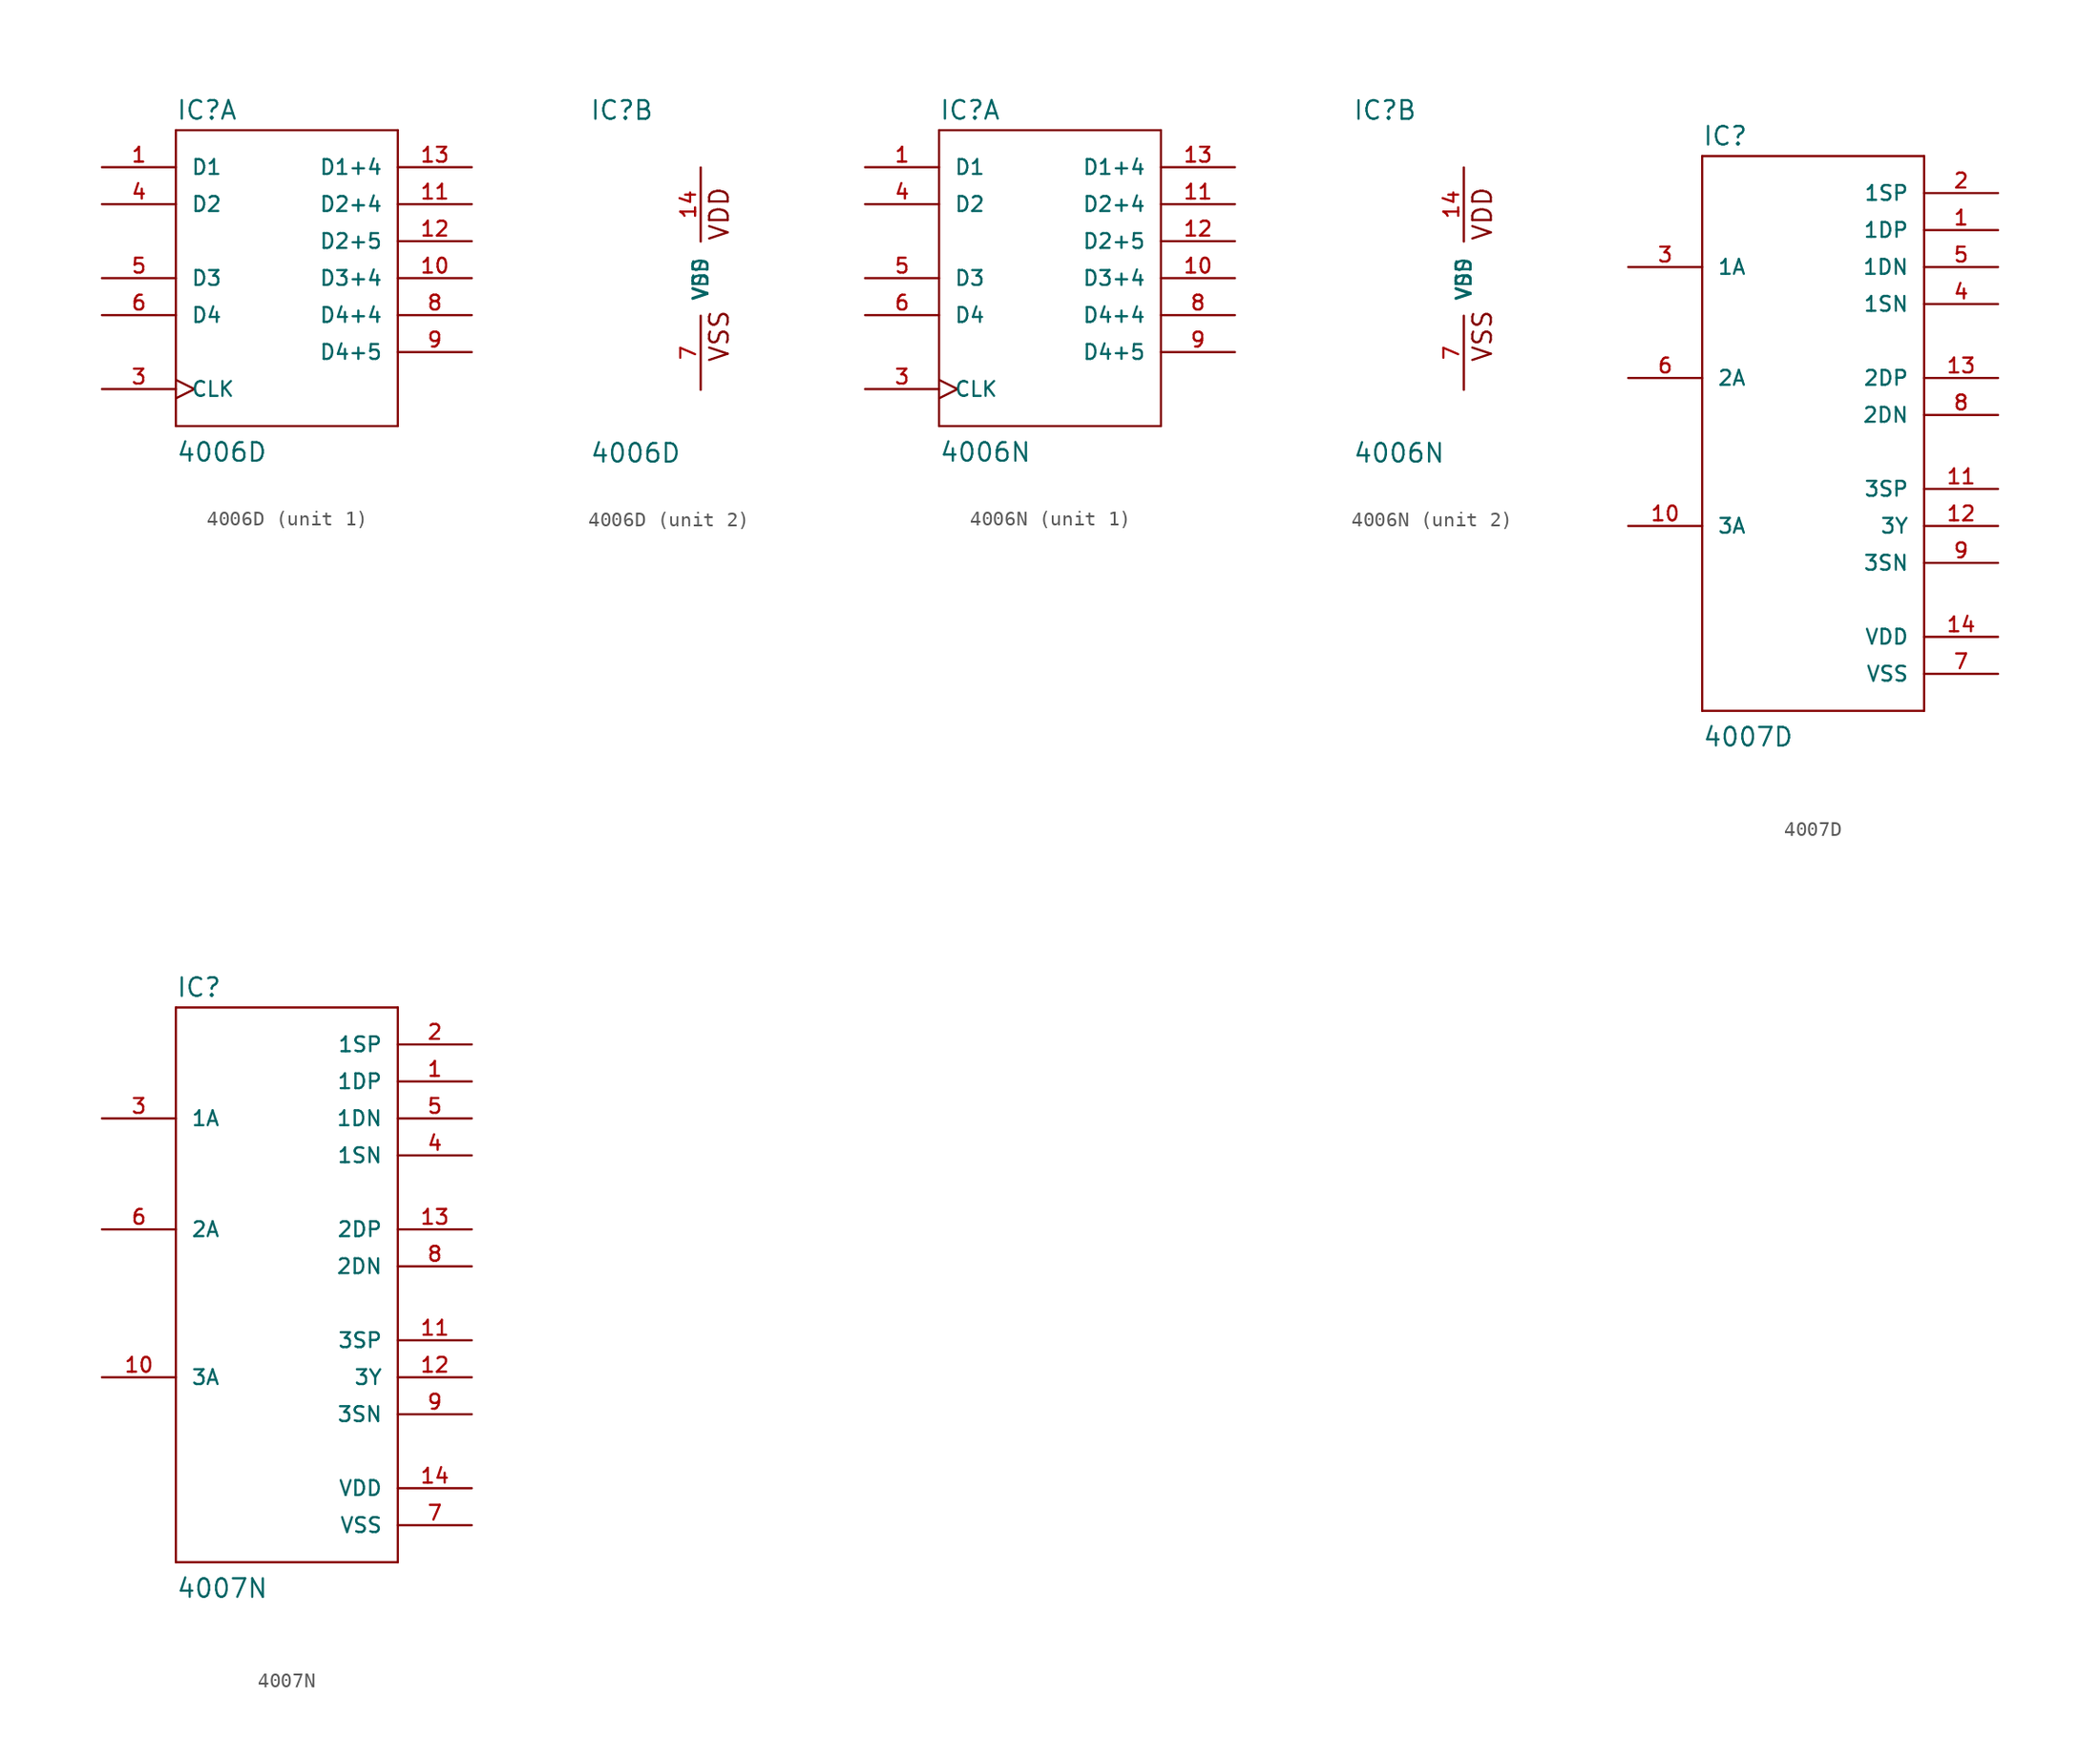
<source format=kicad_sym>
(kicad_symbol_lib
  (version 20211014)
  (generator kicad_symbol_editor)
  (symbol "4006D"
    (pin_names
      (offset 1.016))
    (property "Reference" "IC"
      (at -7.62 10.795 0)
      (effects (font (size 1.27 1.27)) (justify left bottom)))
    (property "Value" "4006D"
      (at -7.62 -12.7 0)
      (effects (font (size 1.27 1.27)) (justify left bottom)))
    (property "ki_locked" ""
      (at 0 0 0)
      (effects (font (size 1.27 1.27))))
    (symbol "4006D_1_0"
      (polyline (pts (xy -7.62 -10.16) (xy 7.62 -10.16)) (stroke (width 0) (type default) (color 0 0 0 0)) (fill (type none)))
      (polyline (pts (xy -7.62 10.16) (xy -7.62 -10.16)) (stroke (width 0) (type default) (color 0 0 0 0)) (fill (type none)))
      (polyline (pts (xy 7.62 -10.16) (xy 7.62 10.16)) (stroke (width 0) (type default) (color 0 0 0 0)) (fill (type none)))
      (polyline (pts (xy 7.62 10.16) (xy -7.62 10.16)) (stroke (width 0) (type default) (color 0 0 0 0)) (fill (type none))))
    (symbol "4006D_1_1"
      (pin input line (at -12.7 7.62 0) (length 5.08) (name "D1" (effects (font (size 1.016 1.016)))) (number "1" (effects (font (size 1.016 1.016)))))
      (pin output line (at 12.7 0 180) (length 5.08) (name "D3+4" (effects (font (size 1.016 1.016)))) (number "10" (effects (font (size 1.016 1.016)))))
      (pin output line (at 12.7 5.08 180) (length 5.08) (name "D2+4" (effects (font (size 1.016 1.016)))) (number "11" (effects (font (size 1.016 1.016)))))
      (pin output line (at 12.7 2.54 180) (length 5.08) (name "D2+5" (effects (font (size 1.016 1.016)))) (number "12" (effects (font (size 1.016 1.016)))))
      (pin output line (at 12.7 7.62 180) (length 5.08) (name "D1+4" (effects (font (size 1.016 1.016)))) (number "13" (effects (font (size 1.016 1.016)))))
      (pin input clock (at -12.7 -7.62 0) (length 5.08) (name "CLK" (effects (font (size 1.016 1.016)))) (number "3" (effects (font (size 1.016 1.016)))))
      (pin input line (at -12.7 5.08 0) (length 5.08) (name "D2" (effects (font (size 1.016 1.016)))) (number "4" (effects (font (size 1.016 1.016)))))
      (pin input line (at -12.7 0 0) (length 5.08) (name "D3" (effects (font (size 1.016 1.016)))) (number "5" (effects (font (size 1.016 1.016)))))
      (pin input line (at -12.7 -2.54 0) (length 5.08) (name "D4" (effects (font (size 1.016 1.016)))) (number "6" (effects (font (size 1.016 1.016)))))
      (pin output line (at 12.7 -2.54 180) (length 5.08) (name "D4+4" (effects (font (size 1.016 1.016)))) (number "8" (effects (font (size 1.016 1.016)))))
      (pin output line (at 12.7 -5.08 180) (length 5.08) (name "D4+5" (effects (font (size 1.016 1.016)))) (number "9" (effects (font (size 1.016 1.016))))))
    (symbol "4006D_2_0"
      (text "VDD" (at 1.27 4.445 1) (effects (font (size 1.27 1.27))))
      (text "VSS" (at 1.27 -3.937 1) (effects (font (size 1.27 1.27)))))
    (symbol "4006D_2_1"
      (pin power_in line (at 0 7.62 270) (length 5.08) (name "VDD" (effects (font (size 1.016 1.016)))) (number "14" (effects (font (size 1.016 1.016)))))
      (pin power_in line (at 0 -7.62 90) (length 5.08) (name "VSS" (effects (font (size 1.016 1.016)))) (number "7" (effects (font (size 1.016 1.016)))))))
  (symbol "4006N"
    (pin_names
      (offset 1.016))
    (property "Reference" "IC"
      (at -7.62 10.795 0)
      (effects (font (size 1.27 1.27)) (justify left bottom)))
    (property "Value" "4006N"
      (at -7.62 -12.7 0)
      (effects (font (size 1.27 1.27)) (justify left bottom)))
    (property "ki_locked" ""
      (at 0 0 0)
      (effects (font (size 1.27 1.27))))
    (symbol "4006N_1_0"
      (polyline (pts (xy -7.62 -10.16) (xy 7.62 -10.16)) (stroke (width 0) (type default) (color 0 0 0 0)) (fill (type none)))
      (polyline (pts (xy -7.62 10.16) (xy -7.62 -10.16)) (stroke (width 0) (type default) (color 0 0 0 0)) (fill (type none)))
      (polyline (pts (xy 7.62 -10.16) (xy 7.62 10.16)) (stroke (width 0) (type default) (color 0 0 0 0)) (fill (type none)))
      (polyline (pts (xy 7.62 10.16) (xy -7.62 10.16)) (stroke (width 0) (type default) (color 0 0 0 0)) (fill (type none))))
    (symbol "4006N_1_1"
      (pin input line (at -12.7 7.62 0) (length 5.08) (name "D1" (effects (font (size 1.016 1.016)))) (number "1" (effects (font (size 1.016 1.016)))))
      (pin output line (at 12.7 0 180) (length 5.08) (name "D3+4" (effects (font (size 1.016 1.016)))) (number "10" (effects (font (size 1.016 1.016)))))
      (pin output line (at 12.7 5.08 180) (length 5.08) (name "D2+4" (effects (font (size 1.016 1.016)))) (number "11" (effects (font (size 1.016 1.016)))))
      (pin output line (at 12.7 2.54 180) (length 5.08) (name "D2+5" (effects (font (size 1.016 1.016)))) (number "12" (effects (font (size 1.016 1.016)))))
      (pin output line (at 12.7 7.62 180) (length 5.08) (name "D1+4" (effects (font (size 1.016 1.016)))) (number "13" (effects (font (size 1.016 1.016)))))
      (pin input clock (at -12.7 -7.62 0) (length 5.08) (name "CLK" (effects (font (size 1.016 1.016)))) (number "3" (effects (font (size 1.016 1.016)))))
      (pin input line (at -12.7 5.08 0) (length 5.08) (name "D2" (effects (font (size 1.016 1.016)))) (number "4" (effects (font (size 1.016 1.016)))))
      (pin input line (at -12.7 0 0) (length 5.08) (name "D3" (effects (font (size 1.016 1.016)))) (number "5" (effects (font (size 1.016 1.016)))))
      (pin input line (at -12.7 -2.54 0) (length 5.08) (name "D4" (effects (font (size 1.016 1.016)))) (number "6" (effects (font (size 1.016 1.016)))))
      (pin output line (at 12.7 -2.54 180) (length 5.08) (name "D4+4" (effects (font (size 1.016 1.016)))) (number "8" (effects (font (size 1.016 1.016)))))
      (pin output line (at 12.7 -5.08 180) (length 5.08) (name "D4+5" (effects (font (size 1.016 1.016)))) (number "9" (effects (font (size 1.016 1.016))))))
    (symbol "4006N_2_0"
      (text "VDD" (at 1.27 4.445 1) (effects (font (size 1.27 1.27))))
      (text "VSS" (at 1.27 -3.937 1) (effects (font (size 1.27 1.27)))))
    (symbol "4006N_2_1"
      (pin power_in line (at 0 7.62 270) (length 5.08) (name "VDD" (effects (font (size 1.016 1.016)))) (number "14" (effects (font (size 1.016 1.016)))))
      (pin power_in line (at 0 -7.62 90) (length 5.08) (name "VSS" (effects (font (size 1.016 1.016)))) (number "7" (effects (font (size 1.016 1.016)))))))
  (symbol "4007D"
    (pin_names
      (offset 1.016))
    (property "Reference" "IC"
      (at -7.62 18.415 0)
      (effects (font (size 1.27 1.27)) (justify left bottom)))
    (property "Value" "4007D"
      (at -7.62 -22.86 0)
      (effects (font (size 1.27 1.27)) (justify left bottom)))
    (property "ki_locked" ""
      (at 0 0 0)
      (effects (font (size 1.27 1.27))))
    (symbol "4007D_1_0"
      (polyline (pts (xy -7.62 -20.32) (xy 7.62 -20.32)) (stroke (width 0) (type default) (color 0 0 0 0)) (fill (type none)))
      (polyline (pts (xy -7.62 17.78) (xy -7.62 -20.32)) (stroke (width 0) (type default) (color 0 0 0 0)) (fill (type none)))
      (polyline (pts (xy 7.62 -20.32) (xy 7.62 17.78)) (stroke (width 0) (type default) (color 0 0 0 0)) (fill (type none)))
      (polyline (pts (xy 7.62 17.78) (xy -7.62 17.78)) (stroke (width 0) (type default) (color 0 0 0 0)) (fill (type none))))
    (symbol "4007D_1_1"
      (pin open_collector line (at 12.7 12.7 180) (length 5.08) (name "1DP" (effects (font (size 1.016 1.016)))) (number "1" (effects (font (size 1.016 1.016)))))
      (pin input line (at -12.7 -7.62 0) (length 5.08) (name "3A" (effects (font (size 1.016 1.016)))) (number "10" (effects (font (size 1.016 1.016)))))
      (pin bidirectional line (at 12.7 -5.08 180) (length 5.08) (name "3SP" (effects (font (size 1.016 1.016)))) (number "11" (effects (font (size 1.016 1.016)))))
      (pin bidirectional line (at 12.7 -7.62 180) (length 5.08) (name "3Y" (effects (font (size 1.016 1.016)))) (number "12" (effects (font (size 1.016 1.016)))))
      (pin bidirectional line (at 12.7 2.54 180) (length 5.08) (name "2DP" (effects (font (size 1.016 1.016)))) (number "13" (effects (font (size 1.016 1.016)))))
      (pin input line (at 12.7 -15.24 180) (length 5.08) (name "VDD" (effects (font (size 1.016 1.016)))) (number "14" (effects (font (size 1.016 1.016)))))
      (pin open_collector line (at 12.7 15.24 180) (length 5.08) (name "1SP" (effects (font (size 1.016 1.016)))) (number "2" (effects (font (size 1.016 1.016)))))
      (pin input line (at -12.7 10.16 0) (length 5.08) (name "1A" (effects (font (size 1.016 1.016)))) (number "3" (effects (font (size 1.016 1.016)))))
      (pin open_collector line (at 12.7 7.62 180) (length 5.08) (name "1SN" (effects (font (size 1.016 1.016)))) (number "4" (effects (font (size 1.016 1.016)))))
      (pin open_collector line (at 12.7 10.16 180) (length 5.08) (name "1DN" (effects (font (size 1.016 1.016)))) (number "5" (effects (font (size 1.016 1.016)))))
      (pin input line (at -12.7 2.54 0) (length 5.08) (name "2A" (effects (font (size 1.016 1.016)))) (number "6" (effects (font (size 1.016 1.016)))))
      (pin input line (at 12.7 -17.78 180) (length 5.08) (name "VSS" (effects (font (size 1.016 1.016)))) (number "7" (effects (font (size 1.016 1.016)))))
      (pin bidirectional line (at 12.7 0 180) (length 5.08) (name "2DN" (effects (font (size 1.016 1.016)))) (number "8" (effects (font (size 1.016 1.016)))))
      (pin bidirectional line (at 12.7 -10.16 180) (length 5.08) (name "3SN" (effects (font (size 1.016 1.016)))) (number "9" (effects (font (size 1.016 1.016)))))))
  (symbol "4007N"
    (pin_names
      (offset 1.016))
    (property "Reference" "IC"
      (at -7.62 18.415 0)
      (effects (font (size 1.27 1.27)) (justify left bottom)))
    (property "Value" "4007N"
      (at -7.62 -22.86 0)
      (effects (font (size 1.27 1.27)) (justify left bottom)))
    (property "ki_locked" ""
      (at 0 0 0)
      (effects (font (size 1.27 1.27))))
    (symbol "4007N_1_0"
      (polyline (pts (xy -7.62 -20.32) (xy 7.62 -20.32)) (stroke (width 0) (type default) (color 0 0 0 0)) (fill (type none)))
      (polyline (pts (xy -7.62 17.78) (xy -7.62 -20.32)) (stroke (width 0) (type default) (color 0 0 0 0)) (fill (type none)))
      (polyline (pts (xy 7.62 -20.32) (xy 7.62 17.78)) (stroke (width 0) (type default) (color 0 0 0 0)) (fill (type none)))
      (polyline (pts (xy 7.62 17.78) (xy -7.62 17.78)) (stroke (width 0) (type default) (color 0 0 0 0)) (fill (type none))))
    (symbol "4007N_1_1"
      (pin open_collector line (at 12.7 12.7 180) (length 5.08) (name "1DP" (effects (font (size 1.016 1.016)))) (number "1" (effects (font (size 1.016 1.016)))))
      (pin input line (at -12.7 -7.62 0) (length 5.08) (name "3A" (effects (font (size 1.016 1.016)))) (number "10" (effects (font (size 1.016 1.016)))))
      (pin bidirectional line (at 12.7 -5.08 180) (length 5.08) (name "3SP" (effects (font (size 1.016 1.016)))) (number "11" (effects (font (size 1.016 1.016)))))
      (pin bidirectional line (at 12.7 -7.62 180) (length 5.08) (name "3Y" (effects (font (size 1.016 1.016)))) (number "12" (effects (font (size 1.016 1.016)))))
      (pin bidirectional line (at 12.7 2.54 180) (length 5.08) (name "2DP" (effects (font (size 1.016 1.016)))) (number "13" (effects (font (size 1.016 1.016)))))
      (pin input line (at 12.7 -15.24 180) (length 5.08) (name "VDD" (effects (font (size 1.016 1.016)))) (number "14" (effects (font (size 1.016 1.016)))))
      (pin open_collector line (at 12.7 15.24 180) (length 5.08) (name "1SP" (effects (font (size 1.016 1.016)))) (number "2" (effects (font (size 1.016 1.016)))))
      (pin input line (at -12.7 10.16 0) (length 5.08) (name "1A" (effects (font (size 1.016 1.016)))) (number "3" (effects (font (size 1.016 1.016)))))
      (pin open_collector line (at 12.7 7.62 180) (length 5.08) (name "1SN" (effects (font (size 1.016 1.016)))) (number "4" (effects (font (size 1.016 1.016)))))
      (pin open_collector line (at 12.7 10.16 180) (length 5.08) (name "1DN" (effects (font (size 1.016 1.016)))) (number "5" (effects (font (size 1.016 1.016)))))
      (pin input line (at -12.7 2.54 0) (length 5.08) (name "2A" (effects (font (size 1.016 1.016)))) (number "6" (effects (font (size 1.016 1.016)))))
      (pin input line (at 12.7 -17.78 180) (length 5.08) (name "VSS" (effects (font (size 1.016 1.016)))) (number "7" (effects (font (size 1.016 1.016)))))
      (pin bidirectional line (at 12.7 0 180) (length 5.08) (name "2DN" (effects (font (size 1.016 1.016)))) (number "8" (effects (font (size 1.016 1.016)))))
      (pin bidirectional line (at 12.7 -10.16 180) (length 5.08) (name "3SN" (effects (font (size 1.016 1.016)))) (number "9" (effects (font (size 1.016 1.016))))))))
</source>
